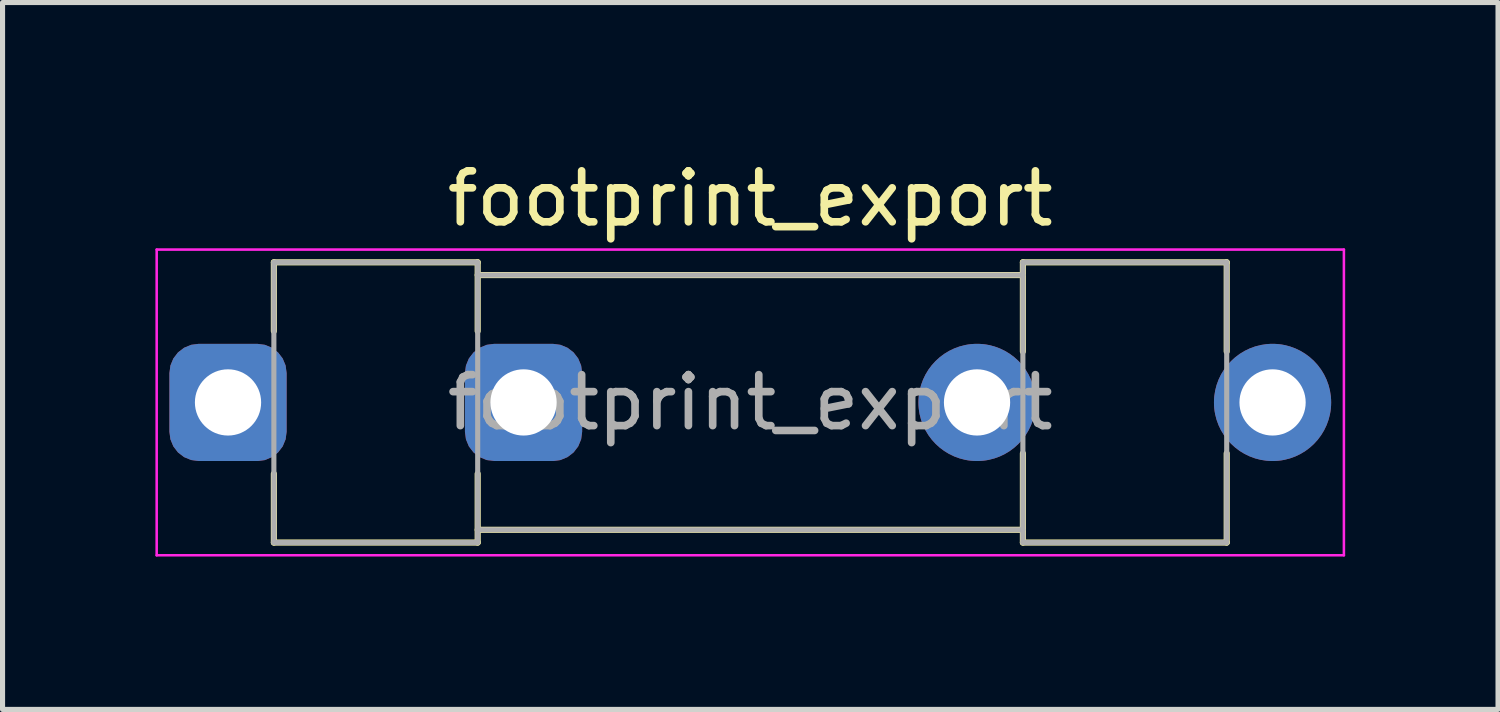
<source format=kicad_pcb>
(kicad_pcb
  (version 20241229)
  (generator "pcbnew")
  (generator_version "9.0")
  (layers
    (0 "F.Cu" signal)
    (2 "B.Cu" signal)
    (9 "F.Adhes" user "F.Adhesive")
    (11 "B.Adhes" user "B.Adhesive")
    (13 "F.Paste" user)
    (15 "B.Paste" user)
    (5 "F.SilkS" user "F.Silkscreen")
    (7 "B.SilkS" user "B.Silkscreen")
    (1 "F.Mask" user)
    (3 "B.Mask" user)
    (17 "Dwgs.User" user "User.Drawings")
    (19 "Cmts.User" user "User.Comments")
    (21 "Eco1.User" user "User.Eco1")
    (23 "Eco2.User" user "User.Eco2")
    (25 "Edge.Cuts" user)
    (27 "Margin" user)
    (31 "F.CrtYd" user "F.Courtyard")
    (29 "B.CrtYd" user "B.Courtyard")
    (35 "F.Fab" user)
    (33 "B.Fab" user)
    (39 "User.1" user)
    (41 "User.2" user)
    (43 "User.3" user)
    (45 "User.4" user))
  (footprint "footprint_export"
    (layer "F.Cu")
    (at 1.425 4.848)
    (property "Reference" "footprint_export" (at 10.25 -4 0) (layer "F.SilkS") (effects (font (size 1 1) (thickness 0.15))))
    (attr through_hole)
    (fp_line (start 0.9 -2.75) (end 0.9 -1.4) (stroke (width 0.12) (type solid)) (layer "F.SilkS"))
    (fp_line (start 0.9 2.75) (end 0.9 1.4) (stroke (width 0.12) (type solid)) (layer "F.SilkS"))
    (fp_line (start 4.9 -2.75) (end 0.9 -2.75) (stroke (width 0.12) (type solid)) (layer "F.SilkS"))
    (fp_line (start 4.9 -2.75) (end 4.9 -1.4) (stroke (width 0.12) (type solid)) (layer "F.SilkS"))
    (fp_line (start 4.9 2.75) (end 0.9 2.75) (stroke (width 0.12) (type solid)) (layer "F.SilkS"))
    (fp_line (start 4.9 2.75) (end 4.9 1.4) (stroke (width 0.12) (type solid)) (layer "F.SilkS"))
    (fp_line (start 15.6 -2.75) (end 15.6 -1) (stroke (width 0.12) (type solid)) (layer "F.SilkS"))
    (fp_line (start 15.6 -2.5) (end 4.9 -2.5) (stroke (width 0.12) (type solid)) (layer "F.SilkS"))
    (fp_line (start 15.6 2.5) (end 4.9 2.5) (stroke (width 0.12) (type solid)) (layer "F.SilkS"))
    (fp_line (start 15.6 2.75) (end 15.6 1) (stroke (width 0.12) (type solid)) (layer "F.SilkS"))
    (fp_line (start 15.6 2.75) (end 19.6 2.75) (stroke (width 0.12) (type solid)) (layer "F.SilkS"))
    (fp_line (start 19.6 -2.75) (end 15.6 -2.75) (stroke (width 0.12) (type solid)) (layer "F.SilkS"))
    (fp_line (start 19.6 -1) (end 19.6 -2.75) (stroke (width 0.12) (type solid)) (layer "F.SilkS"))
    (fp_line (start 19.6 1) (end 19.6 2.75) (stroke (width 0.12) (type solid)) (layer "F.SilkS"))
    (fp_line (start -1.4 -3) (end -1.4 3) (stroke (width 0.05) (type solid)) (layer "F.CrtYd"))
    (fp_line (start -1.4 -3) (end 21.9 -3) (stroke (width 0.05) (type solid)) (layer "F.CrtYd"))
    (fp_line (start 21.9 3) (end -1.4 3) (stroke (width 0.05) (type solid)) (layer "F.CrtYd"))
    (fp_line (start 21.9 3) (end 21.9 -3) (stroke (width 0.05) (type solid)) (layer "F.CrtYd"))
    (fp_line (start 0.9 -2.75) (end 4.9 -2.75) (stroke (width 0.1) (type solid)) (layer "F.Fab"))
    (fp_line (start 0.9 2.75) (end 0.9 -2.75) (stroke (width 0.1) (type solid)) (layer "F.Fab"))
    (fp_line (start 4.9 -2.75) (end 4.9 2.75) (stroke (width 0.1) (type solid)) (layer "F.Fab"))
    (fp_line (start 4.9 -2.5) (end 15.6 -2.5) (stroke (width 0.1) (type solid)) (layer "F.Fab"))
    (fp_line (start 4.9 2.75) (end 0.9 2.75) (stroke (width 0.1) (type solid)) (layer "F.Fab"))
    (fp_line (start 15.6 -2.75) (end 15.6 2.75) (stroke (width 0.1) (type solid)) (layer "F.Fab"))
    (fp_line (start 15.6 2.5) (end 4.9 2.5) (stroke (width 0.1) (type solid)) (layer "F.Fab"))
    (fp_line (start 15.6 2.75) (end 19.6 2.75) (stroke (width 0.1) (type solid)) (layer "F.Fab"))
    (fp_line (start 19.6 -2.75) (end 15.6 -2.75) (stroke (width 0.1) (type solid)) (layer "F.Fab"))
    (fp_line (start 19.6 2.75) (end 19.6 -2.75) (stroke (width 0.1) (type solid)) (layer "F.Fab"))
    (fp_text user "${REFERENCE}" (at 10.25 0 0) (layer "F.Fab") (effects (font (size 1 1) (thickness 0.15))))
    (pad "1" thru_hole roundrect (at 0 0) (size 2.3 2.3) (drill 1.3) (layers "*.Cu" "*.Mask") (roundrect_rratio 0.25))
    (pad "1" thru_hole roundrect (at 5.8 0) (size 2.3 2.3) (drill 1.3) (layers "*.Cu" "*.Mask") (roundrect_rratio 0.25))
    (pad "2" thru_hole circle (at 14.7 0) (size 2.3 2.3) (drill 1.3) (layers "*.Cu" "*.Mask"))
    (pad "2" thru_hole circle (at 20.5 0) (size 2.3 2.3) (drill 1.3) (layers "*.Cu" "*.Mask")))
  (gr_rect
    (start -3 -3)
    (end 26.35 10.873)
    (stroke (width 0.1) (type default))
    (fill no)
    (layer "Edge.Cuts")))
</source>
